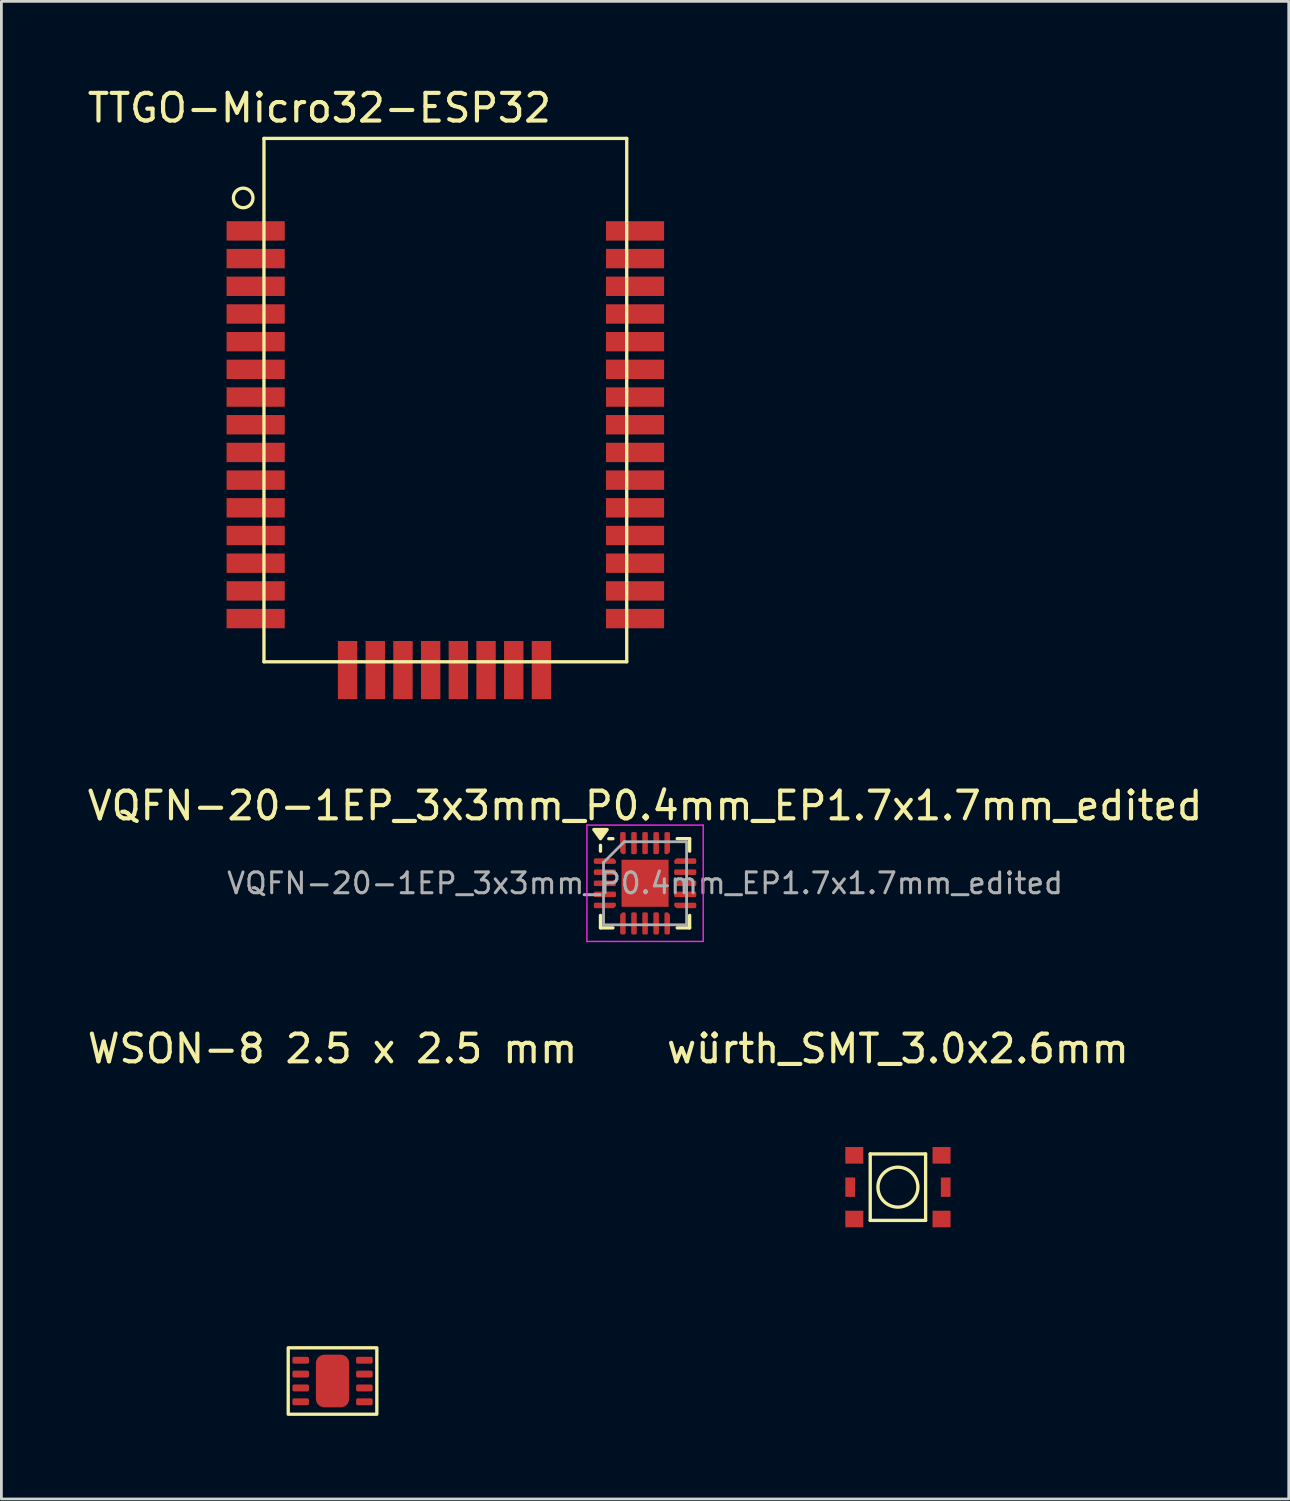
<source format=kicad_pcb>
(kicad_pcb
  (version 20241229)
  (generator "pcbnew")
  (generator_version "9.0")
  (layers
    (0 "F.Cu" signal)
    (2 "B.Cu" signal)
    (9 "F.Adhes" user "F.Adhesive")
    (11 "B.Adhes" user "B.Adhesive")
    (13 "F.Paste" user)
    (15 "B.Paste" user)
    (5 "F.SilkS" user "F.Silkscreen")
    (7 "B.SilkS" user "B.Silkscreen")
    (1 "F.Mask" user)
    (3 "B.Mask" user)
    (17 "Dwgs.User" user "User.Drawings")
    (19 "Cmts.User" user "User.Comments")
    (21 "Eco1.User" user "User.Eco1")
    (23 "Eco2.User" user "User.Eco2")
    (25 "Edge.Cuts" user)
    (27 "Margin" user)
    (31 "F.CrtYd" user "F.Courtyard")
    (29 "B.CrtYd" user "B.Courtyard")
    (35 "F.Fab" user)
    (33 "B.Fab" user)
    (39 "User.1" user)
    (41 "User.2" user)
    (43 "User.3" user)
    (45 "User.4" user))
  (footprint "WSON-8 2.5 x 2.5 mm"
    (layer "F.Cu")
    (at 8.958 46.82)
    (property "Reference" "WSON-8 2.5 x 2.5 mm" (at 0 -12 0) (unlocked yes) (layer "F.SilkS") (effects (font (size 1 1) (thickness 0.15))))
    (attr smd)
    (fp_rect (start -1.6 -1.2) (end 1.6 1.2) (stroke (width 0.12) (type solid)) (fill no) (layer "F.SilkS"))
    (pad "1" smd roundrect (at -1.15 -0.75) (size 0.6 0.25) (layers "F.Cu" "F.Mask" "F.Paste") (roundrect_rratio 0.25))
    (pad "2" smd roundrect (at -1.15 -0.25) (size 0.6 0.25) (layers "F.Cu" "F.Mask" "F.Paste") (roundrect_rratio 0.25))
    (pad "3" smd roundrect (at -1.15 0.25) (size 0.6 0.25) (layers "F.Cu" "F.Mask" "F.Paste") (roundrect_rratio 0.25))
    (pad "4" smd roundrect (at -1.15 0.75) (size 0.6 0.25) (layers "F.Cu" "F.Mask" "F.Paste") (roundrect_rratio 0.25))
    (pad "5" smd roundrect (at 1.15 0.75 180) (size 0.6 0.25) (layers "F.Cu" "F.Mask" "F.Paste") (roundrect_rratio 0.25))
    (pad "6" smd roundrect (at 1.15 0.25 180) (size 0.6 0.25) (layers "F.Cu" "F.Mask" "F.Paste") (roundrect_rratio 0.25))
    (pad "7" smd roundrect (at 1.15 -0.25 180) (size 0.6 0.25) (layers "F.Cu" "F.Mask" "F.Paste") (roundrect_rratio 0.25))
    (pad "8" smd roundrect (at 1.15 -0.75 180) (size 0.6 0.25) (layers "F.Cu" "F.Mask" "F.Paste") (roundrect_rratio 0.25))
    (pad "9" smd roundrect (at 0 0) (size 1.2 1.9) (layers "F.Cu" "F.Mask" "F.Paste") (roundrect_rratio 0.25)))
  (footprint "VQFN-20-1EP_3x3mm_P0.4mm_EP1.7x1.7mm_edited"
    (layer "F.Cu")
    (at 20.244 28.846)
    (property "Reference" "VQFN-20-1EP_3x3mm_P0.4mm_EP1.7x1.7mm_edited" (at 0 -2.8 0) (layer "F.SilkS") (effects (font (size 1 1) (thickness 0.15))))
    (attr smd)
    (fp_line (start -1.61 -1.16) (end -1.61 -1.37) (stroke (width 0.12) (type solid)) (layer "F.SilkS"))
    (fp_line (start -1.61 1.61) (end -1.61 1.16) (stroke (width 0.12) (type solid)) (layer "F.SilkS"))
    (fp_line (start -1.16 -1.61) (end -1.31 -1.61) (stroke (width 0.12) (type solid)) (layer "F.SilkS"))
    (fp_line (start -1.16 1.61) (end -1.61 1.61) (stroke (width 0.12) (type solid)) (layer "F.SilkS"))
    (fp_line (start 1.16 -1.61) (end 1.61 -1.61) (stroke (width 0.12) (type solid)) (layer "F.SilkS"))
    (fp_line (start 1.16 1.61) (end 1.61 1.61) (stroke (width 0.12) (type solid)) (layer "F.SilkS"))
    (fp_line (start 1.61 -1.61) (end 1.61 -1.16) (stroke (width 0.12) (type solid)) (layer "F.SilkS"))
    (fp_line (start 1.61 1.61) (end 1.61 1.16) (stroke (width 0.12) (type solid)) (layer "F.SilkS"))
    (fp_poly (pts (xy -1.61 -1.61) (xy -1.85 -1.94) (xy -1.37 -1.94) (xy -1.61 -1.61)) (stroke (width 0.12) (type solid)) (fill yes) (layer "F.SilkS"))
    (fp_line (start -2.1 -2.1) (end -2.1 2.1) (stroke (width 0.05) (type solid)) (layer "F.CrtYd"))
    (fp_line (start -2.1 2.1) (end 2.1 2.1) (stroke (width 0.05) (type solid)) (layer "F.CrtYd"))
    (fp_line (start 2.1 -2.1) (end -2.1 -2.1) (stroke (width 0.05) (type solid)) (layer "F.CrtYd"))
    (fp_line (start 2.1 2.1) (end 2.1 -2.1) (stroke (width 0.05) (type solid)) (layer "F.CrtYd"))
    (fp_line (start -1.5 -0.75) (end -0.75 -1.5) (stroke (width 0.1) (type solid)) (layer "F.Fab"))
    (fp_line (start -1.5 1.5) (end -1.5 -0.75) (stroke (width 0.1) (type solid)) (layer "F.Fab"))
    (fp_line (start -0.75 -1.5) (end 1.5 -1.5) (stroke (width 0.1) (type solid)) (layer "F.Fab"))
    (fp_line (start 1.5 -1.5) (end 1.5 1.5) (stroke (width 0.1) (type solid)) (layer "F.Fab"))
    (fp_line (start 1.5 1.5) (end -1.5 1.5) (stroke (width 0.1) (type solid)) (layer "F.Fab"))
    (fp_text user "${REFERENCE}" (at 0 0 0) (layer "F.Fab") (effects (font (size 0.75 0.75) (thickness 0.11))))
    (pad "" smd roundrect (at -0.5 0) (size 0.69 0.69) (layers "F.Paste") (roundrect_rratio 0.25))
    (pad "" smd roundrect (at 0.425 0) (size 0.69 0.69) (layers "F.Paste") (roundrect_rratio 0.25))
    (pad "1" smd custom (at -1.45 -0.8) (size 0.143 0.143) (layers "F.Cu" "F.Mask" "F.Paste") (options (anchor circle)) (primitives (gr_poly (pts (xy -0.35 -0.05) (xy 0.299 -0.05) (xy 0.35 0.001) (xy 0.35 0.05) (xy -0.35 0.05)) (width 0.1) (fill yes))))
    (pad "2" smd roundrect (at -1.45 -0.4) (size 0.8 0.2) (layers "F.Cu" "F.Mask" "F.Paste") (roundrect_rratio 0.25))
    (pad "3" smd roundrect (at -1.45 0) (size 0.8 0.2) (layers "F.Cu" "F.Mask" "F.Paste") (roundrect_rratio 0.25))
    (pad "4" smd roundrect (at -1.45 0.4) (size 0.8 0.2) (layers "F.Cu" "F.Mask" "F.Paste") (roundrect_rratio 0.25))
    (pad "5" smd custom (at -1.45 0.8) (size 0.143 0.143) (layers "F.Cu" "F.Mask" "F.Paste") (options (anchor circle)) (primitives (gr_poly (pts (xy -0.35 -0.05) (xy 0.35 -0.05) (xy 0.35 -0.001) (xy 0.299 0.05) (xy -0.35 0.05)) (width 0.1) (fill yes))))
    (pad "6" smd custom (at -0.8 1.45) (size 0.143 0.143) (layers "F.Cu" "F.Mask" "F.Paste") (options (anchor circle)) (primitives (gr_poly (pts (xy -0.05 -0.299) (xy 0.001 -0.35) (xy 0.05 -0.35) (xy 0.05 0.35) (xy -0.05 0.35)) (width 0.1) (fill yes))))
    (pad "7" smd roundrect (at -0.4 1.45) (size 0.2 0.8) (layers "F.Cu" "F.Mask" "F.Paste") (roundrect_rratio 0.25))
    (pad "8" smd roundrect (at 0 1.45) (size 0.2 0.8) (layers "F.Cu" "F.Mask" "F.Paste") (roundrect_rratio 0.25))
    (pad "9" smd roundrect (at 0.4 1.45) (size 0.2 0.8) (layers "F.Cu" "F.Mask" "F.Paste") (roundrect_rratio 0.25))
    (pad "10" smd custom (at 0.8 1.45) (size 0.143 0.143) (layers "F.Cu" "F.Mask" "F.Paste") (options (anchor circle)) (primitives (gr_poly (pts (xy -0.05 -0.35) (xy -0.001 -0.35) (xy 0.05 -0.299) (xy 0.05 0.35) (xy -0.05 0.35)) (width 0.1) (fill yes))))
    (pad "11" smd custom (at 1.45 0.8) (size 0.143 0.143) (layers "F.Cu" "F.Mask" "F.Paste") (options (anchor circle)) (primitives (gr_poly (pts (xy -0.35 -0.05) (xy 0.35 -0.05) (xy 0.35 0.05) (xy -0.299 0.05) (xy -0.35 -0.001)) (width 0.1) (fill yes))))
    (pad "12" smd roundrect (at 1.45 0.4) (size 0.8 0.2) (layers "F.Cu" "F.Mask" "F.Paste") (roundrect_rratio 0.25))
    (pad "13" smd roundrect (at 1.45 0) (size 0.8 0.2) (layers "F.Cu" "F.Mask" "F.Paste") (roundrect_rratio 0.25))
    (pad "14" smd roundrect (at 1.45 -0.4) (size 0.8 0.2) (layers "F.Cu" "F.Mask" "F.Paste") (roundrect_rratio 0.25))
    (pad "15" smd custom (at 1.45 -0.8) (size 0.143 0.143) (layers "F.Cu" "F.Mask" "F.Paste") (options (anchor circle)) (primitives (gr_poly (pts (xy -0.35 0.001) (xy -0.299 -0.05) (xy 0.35 -0.05) (xy 0.35 0.05) (xy -0.35 0.05)) (width 0.1) (fill yes))))
    (pad "16" smd custom (at 0.8 -1.45) (size 0.143 0.143) (layers "F.Cu" "F.Mask" "F.Paste") (options (anchor circle)) (primitives (gr_poly (pts (xy -0.05 -0.35) (xy 0.05 -0.35) (xy 0.05 0.299) (xy -0.001 0.35) (xy -0.05 0.35)) (width 0.1) (fill yes))))
    (pad "17" smd roundrect (at 0.4 -1.45) (size 0.2 0.8) (layers "F.Cu" "F.Mask" "F.Paste") (roundrect_rratio 0.25))
    (pad "18" smd roundrect (at 0 -1.45) (size 0.2 0.8) (layers "F.Cu" "F.Mask" "F.Paste") (roundrect_rratio 0.25))
    (pad "19" smd roundrect (at -0.4 -1.45) (size 0.2 0.8) (layers "F.Cu" "F.Mask" "F.Paste") (roundrect_rratio 0.25))
    (pad "20" smd custom (at -0.8 -1.45) (size 0.143 0.143) (layers "F.Cu" "F.Mask" "F.Paste") (options (anchor circle)) (primitives (gr_poly (pts (xy -0.05 -0.35) (xy 0.05 -0.35) (xy 0.05 0.35) (xy 0.001 0.35) (xy -0.05 0.299)) (width 0.1) (fill yes))))
    (pad "21" smd rect (at 0 0) (size 1.7 1.7) (property pad_prop_heatsink) (layers "F.Cu" "F.Mask")))
  (footprint "TTGO-Micro32-ESP32"
    (layer "F.Cu")
    (at 6.482 20.848)
    (property "Reference" "TTGO-Micro32-ESP32" (at 2 -20 0) (layer "F.SilkS") (effects (font (size 1 1) (thickness 0.15))))
    (attr through_hole)
    (fp_line (start 0 -18.9) (end 0 0) (stroke (width 0.12) (type solid)) (layer "F.SilkS"))
    (fp_line (start 0 -18.9) (end 13.1 -18.9) (stroke (width 0.12) (type solid)) (layer "F.SilkS"))
    (fp_line (start 0 0) (end 13.1 0) (stroke (width 0.12) (type solid)) (layer "F.SilkS"))
    (fp_line (start 13.1 -18.9) (end 13.1 0) (stroke (width 0.12) (type solid)) (layer "F.SilkS"))
    (fp_circle (center -0.75 -16.75) (end -1 -16.5) (stroke (width 0.12) (type solid)) (fill no) (layer "F.SilkS"))
    (pad "1" smd rect (at -0.3 -15.56) (size 2.1 0.7) (layers "F.Cu" "F.Mask" "F.Paste"))
    (pad "2" smd rect (at -0.3 -14.56) (size 2.1 0.7) (layers "F.Cu" "F.Mask" "F.Paste"))
    (pad "3" smd rect (at -0.3 -13.56) (size 2.1 0.7) (layers "F.Cu" "F.Mask" "F.Paste"))
    (pad "4" smd rect (at -0.3 -12.56) (size 2.1 0.7) (layers "F.Cu" "F.Mask" "F.Paste"))
    (pad "5" smd rect (at -0.3 -11.56) (size 2.1 0.7) (layers "F.Cu" "F.Mask" "F.Paste"))
    (pad "6" smd rect (at -0.3 -10.56) (size 2.1 0.7) (layers "F.Cu" "F.Mask" "F.Paste"))
    (pad "7" smd rect (at -0.3 -9.56) (size 2.1 0.7) (layers "F.Cu" "F.Mask" "F.Paste"))
    (pad "8" smd rect (at -0.3 -8.56) (size 2.1 0.7) (layers "F.Cu" "F.Mask" "F.Paste"))
    (pad "9" smd rect (at -0.3 -7.56) (size 2.1 0.7) (layers "F.Cu" "F.Mask" "F.Paste"))
    (pad "10" smd rect (at -0.3 -6.56) (size 2.1 0.7) (layers "F.Cu" "F.Mask" "F.Paste"))
    (pad "11" smd rect (at -0.3 -5.56) (size 2.1 0.7) (layers "F.Cu" "F.Mask" "F.Paste"))
    (pad "12" smd rect (at -0.3 -4.56) (size 2.1 0.7) (layers "F.Cu" "F.Mask" "F.Paste"))
    (pad "13" smd rect (at -0.3 -3.56) (size 2.1 0.7) (layers "F.Cu" "F.Mask" "F.Paste"))
    (pad "14" smd rect (at -0.3 -2.56) (size 2.1 0.7) (layers "F.Cu" "F.Mask" "F.Paste"))
    (pad "15" smd rect (at -0.3 -1.56) (size 2.1 0.7) (layers "F.Cu" "F.Mask" "F.Paste"))
    (pad "16" smd rect (at 3.02 0.3 90) (size 2.1 0.7) (layers "F.Cu" "F.Mask" "F.Paste"))
    (pad "17" smd rect (at 4.02 0.3 90) (size 2.1 0.7) (layers "F.Cu" "F.Mask" "F.Paste"))
    (pad "18" smd rect (at 5.02 0.3 90) (size 2.1 0.7) (layers "F.Cu" "F.Mask" "F.Paste"))
    (pad "19" smd rect (at 6.02 0.3 90) (size 2.1 0.7) (layers "F.Cu" "F.Mask" "F.Paste"))
    (pad "20" smd rect (at 7.02 0.3 90) (size 2.1 0.7) (layers "F.Cu" "F.Mask" "F.Paste"))
    (pad "21" smd rect (at 8.02 0.3 90) (size 2.1 0.7) (layers "F.Cu" "F.Mask" "F.Paste"))
    (pad "22" smd rect (at 9.02 0.3 90) (size 2.1 0.7) (layers "F.Cu" "F.Mask" "F.Paste"))
    (pad "23" smd rect (at 10.02 0.3 90) (size 2.1 0.7) (layers "F.Cu" "F.Mask" "F.Paste"))
    (pad "24" smd rect (at 13.4 -1.56) (size 2.1 0.7) (layers "F.Cu" "F.Mask" "F.Paste"))
    (pad "25" smd rect (at 13.4 -2.56) (size 2.1 0.7) (layers "F.Cu" "F.Mask" "F.Paste"))
    (pad "26" smd rect (at 13.4 -3.56) (size 2.1 0.7) (layers "F.Cu" "F.Mask" "F.Paste"))
    (pad "27" smd rect (at 13.4 -4.56) (size 2.1 0.7) (layers "F.Cu" "F.Mask" "F.Paste"))
    (pad "28" smd rect (at 13.4 -5.56) (size 2.1 0.7) (layers "F.Cu" "F.Mask" "F.Paste"))
    (pad "29" smd rect (at 13.4 -6.56) (size 2.1 0.7) (layers "F.Cu" "F.Mask" "F.Paste"))
    (pad "30" smd rect (at 13.4 -7.56) (size 2.1 0.7) (layers "F.Cu" "F.Mask" "F.Paste"))
    (pad "31" smd rect (at 13.4 -8.56) (size 2.1 0.7) (layers "F.Cu" "F.Mask" "F.Paste"))
    (pad "32" smd rect (at 13.4 -9.56) (size 2.1 0.7) (layers "F.Cu" "F.Mask" "F.Paste"))
    (pad "33" smd rect (at 13.4 -10.56) (size 2.1 0.7) (layers "F.Cu" "F.Mask" "F.Paste"))
    (pad "34" smd rect (at 13.4 -11.56) (size 2.1 0.7) (layers "F.Cu" "F.Mask" "F.Paste"))
    (pad "35" smd rect (at 13.4 -12.56) (size 2.1 0.7) (layers "F.Cu" "F.Mask" "F.Paste"))
    (pad "36" smd rect (at 13.4 -13.56) (size 2.1 0.7) (layers "F.Cu" "F.Mask" "F.Paste"))
    (pad "37" smd rect (at 13.4 -14.56) (size 2.1 0.7) (layers "F.Cu" "F.Mask" "F.Paste"))
    (pad "38" smd rect (at 13.4 -15.56) (size 2.1 0.7) (layers "F.Cu" "F.Mask" "F.Paste")))
  (footprint "würth_SMT_3.0x2.6mm"
    (layer "F.Cu")
    (at 29.375 39.82)
    (property "Reference" "würth_SMT_3.0x2.6mm" (at 0 -5 0) (layer "F.SilkS") (effects (font (size 1 1) (thickness 0.15))))
    (attr through_hole)
    (fp_line (start -1 -1.2) (end 1 -1.2) (stroke (width 0.12) (type solid)) (layer "F.SilkS"))
    (fp_line (start -1 1.2) (end -1 -1.2) (stroke (width 0.12) (type solid)) (layer "F.SilkS"))
    (fp_line (start 1 -1.2) (end 1 1.2) (stroke (width 0.12) (type solid)) (layer "F.SilkS"))
    (fp_line (start 1 1.2) (end -1 1.2) (stroke (width 0.12) (type solid)) (layer "F.SilkS"))
    (fp_circle (center 0 0) (end 0.4 -0.6) (stroke (width 0.12) (type solid)) (fill no) (layer "F.SilkS"))
    (pad "1" smd rect (at -1.575 -1.15) (size 0.65 0.6) (layers "F.Cu" "F.Mask" "F.Paste"))
    (pad "2" smd rect (at 1.575 -1.15) (size 0.65 0.6) (layers "F.Cu" "F.Mask" "F.Paste"))
    (pad "3" smd rect (at -1.575 1.15) (size 0.65 0.6) (layers "F.Cu" "F.Mask" "F.Paste"))
    (pad "4" smd rect (at 1.575 1.15) (size 0.65 0.6) (layers "F.Cu" "F.Mask" "F.Paste"))
    (pad "5" smd rect (at -1.725 0) (size 0.35 0.7) (layers "F.Cu" "F.Mask" "F.Paste"))
    (pad "6" smd rect (at 1.725 0) (size 0.35 0.7) (layers "F.Cu" "F.Mask" "F.Paste")))
  (gr_rect
    (start -3 -3)
    (end 43.488 51.08)
    (stroke (width 0.1) (type default))
    (fill no)
    (layer "Edge.Cuts")))
</source>
